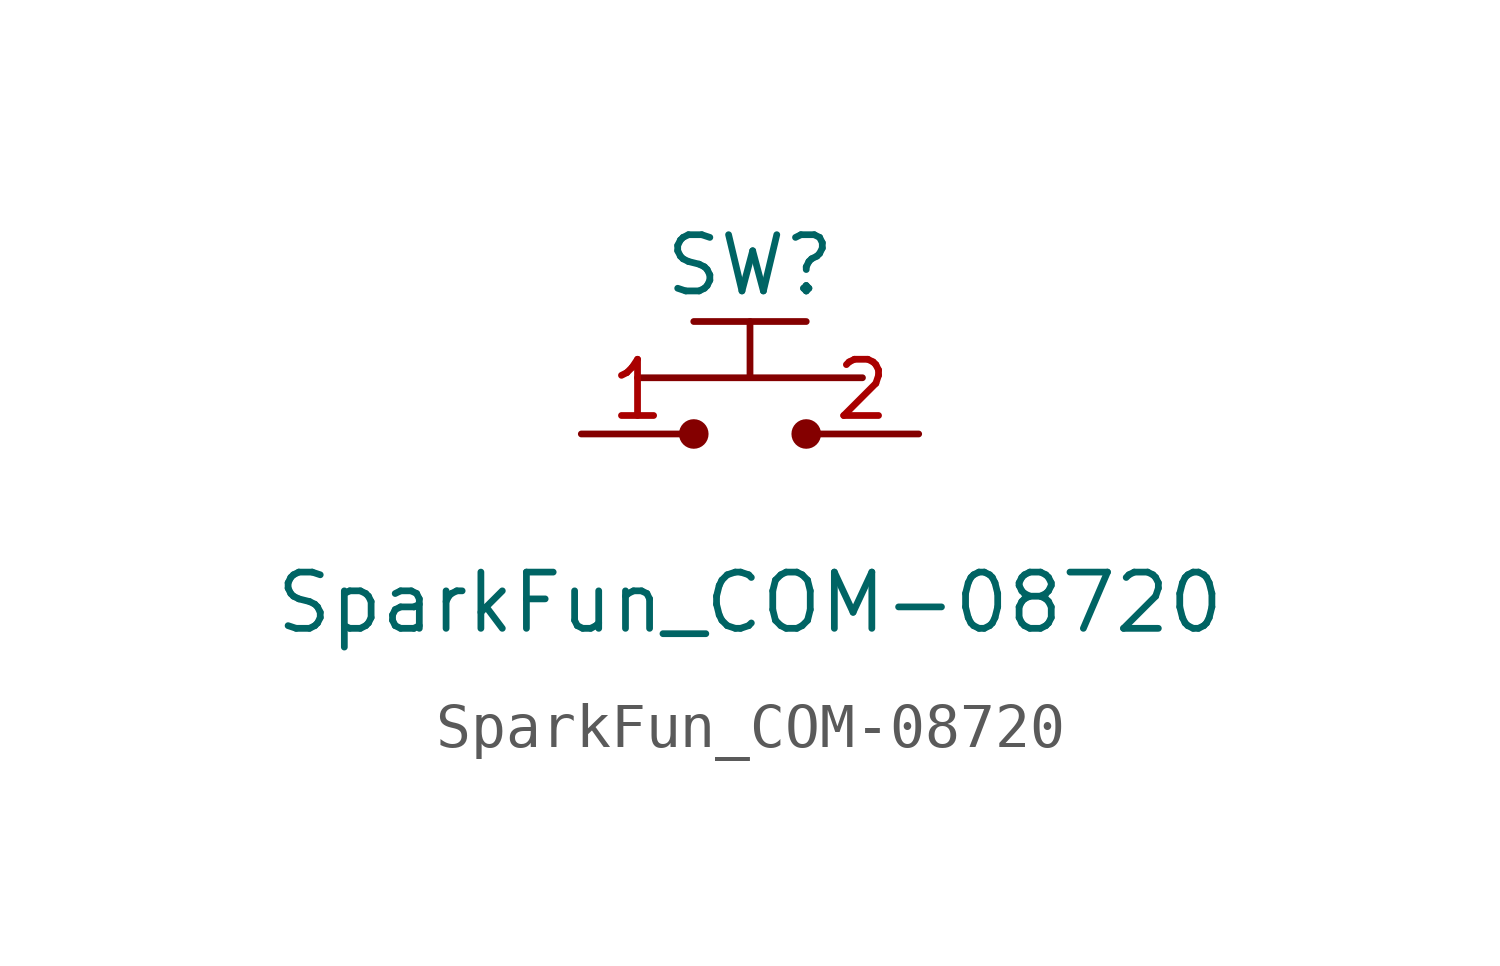
<source format=kicad_sym>
(kicad_symbol_lib
  (version 20220914)
  (generator kicad_symbol_editor)
  (symbol "SparkFun_COM-08720"
    (pin_names
      (offset 0))
    (property "Reference" "SW"
      (at 0 3.81 0)
      (effects (font (size 1.27 1.27))))
    (property "Value" "SparkFun_COM-08720"
      (at 0 -3.81 0)
      (effects (font (size 1.27 1.27))))
    (symbol "SparkFun_COM-08720_1_1"
      (circle (center -1.27 0) (radius 0.258) (stroke (width 0) (type default)) (fill (type outline)))
      (polyline (pts (xy -1.27 2.54) (xy 1.27 2.54)) (stroke (width 0) (type default)) (fill (type none)))
      (polyline (pts (xy -2.54 1.27) (xy 2.54 1.27) (xy 0 1.27) (xy 0 2.54)) (stroke (width 0) (type default)) (fill (type none)))
      (circle (center 1.27 0) (radius 0.258) (stroke (width 0) (type default)) (fill (type outline)))
      (pin passive line (at -3.81 0 0) (length 2.54) (name "" (effects (font (size 1.27 1.27)))) (number "1" (effects (font (size 1.27 1.27)))))
      (pin passive line (at 3.81 0 180) (length 2.54) (name "" (effects (font (size 1.27 1.27)))) (number "2" (effects (font (size 1.27 1.27))))))))
</source>
